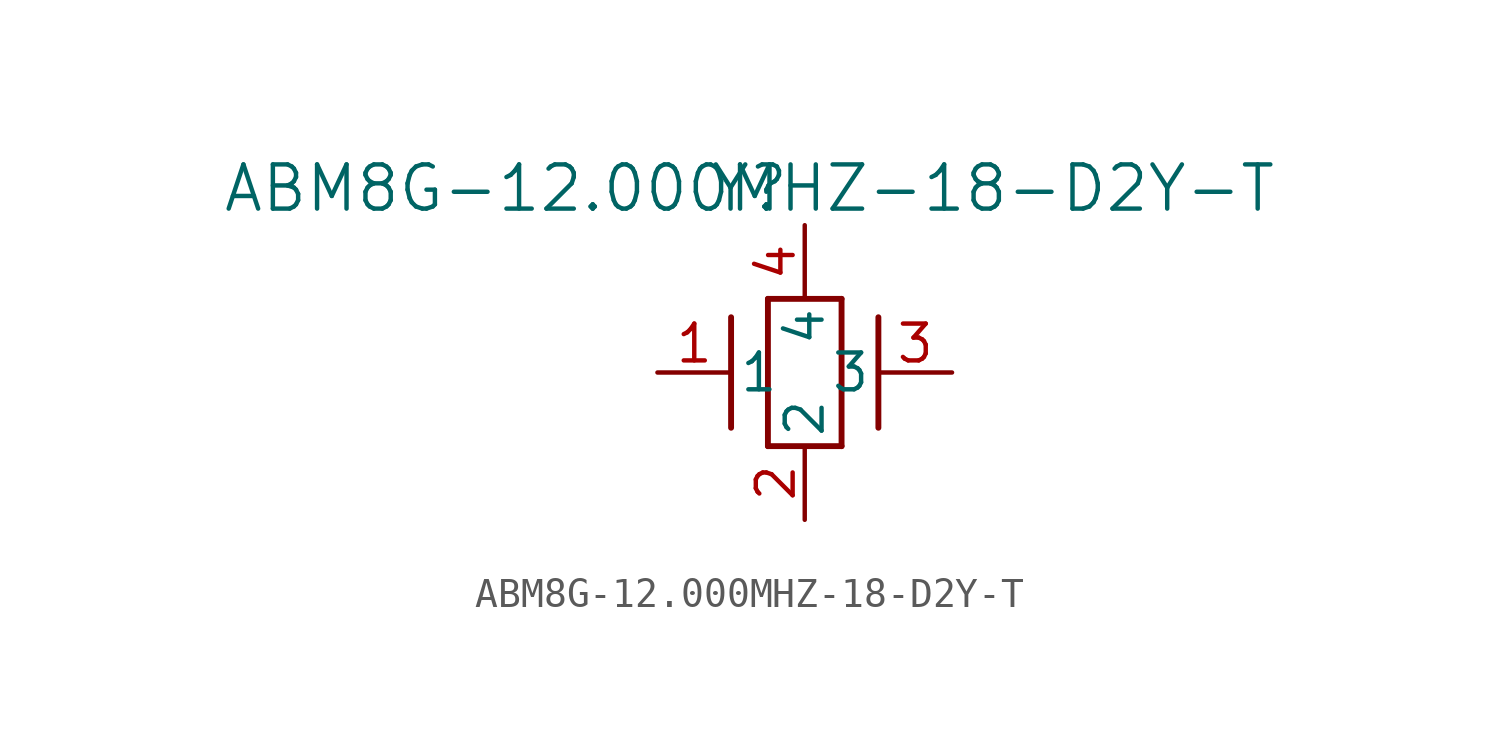
<source format=kicad_sym>
(kicad_symbol_lib
  (version 20211014)
  (generator kicad_symbol_editor)
  (symbol "ABM8G-12.000MHZ-18-D2Y-T"
    (pin_names
      (offset 0.254))
    (property "Reference" "Y"
      (at 3.175 6.35 0)
      (effects (font (size 1.524 1.524))))
    (property "Value" "ABM8G-12.000MHZ-18-D2Y-T"
      (at 3.175 6.35 0)
      (effects (font (size 1.524 1.524))))
    (symbol "ABM8G-12.000MHZ-18-D2Y-T_0_1"
      (polyline (pts (xy 2.54 -1.905) (xy 2.54 1.905)) (stroke (width 0.203) (type default) (color 0 0 0 0)) (fill (type none)))
      (polyline (pts (xy 6.35 2.54) (xy 6.35 -2.54)) (stroke (width 0.203) (type default) (color 0 0 0 0)) (fill (type none)))
      (polyline (pts (xy 7.62 -1.905) (xy 7.62 1.905)) (stroke (width 0.203) (type default) (color 0 0 0 0)) (fill (type none)))
      (polyline (pts (xy 6.35 -2.54) (xy 3.81 -2.54)) (stroke (width 0.203) (type default) (color 0 0 0 0)) (fill (type none)))
      (polyline (pts (xy 3.81 2.54) (xy 6.35 2.54)) (stroke (width 0.203) (type default) (color 0 0 0 0)) (fill (type none)))
      (polyline (pts (xy 3.81 -2.54) (xy 3.81 2.54)) (stroke (width 0.203) (type default) (color 0 0 0 0)) (fill (type none)))
      (pin unspecified line (at 0 0 0) (length 2.54) (name "1" (effects (font (size 1.27 1.27)))) (number "1" (effects (font (size 1.27 1.27)))))
      (pin unspecified line (at 5.08 -5.08 90) (length 2.54) (name "2" (effects (font (size 1.27 1.27)))) (number "2" (effects (font (size 1.27 1.27)))))
      (pin unspecified line (at 10.16 0 180) (length 2.54) (name "3" (effects (font (size 1.27 1.27)))) (number "3" (effects (font (size 1.27 1.27)))))
      (pin unspecified line (at 5.08 5.08 270) (length 2.54) (name "4" (effects (font (size 1.27 1.27)))) (number "4" (effects (font (size 1.27 1.27))))))))
</source>
